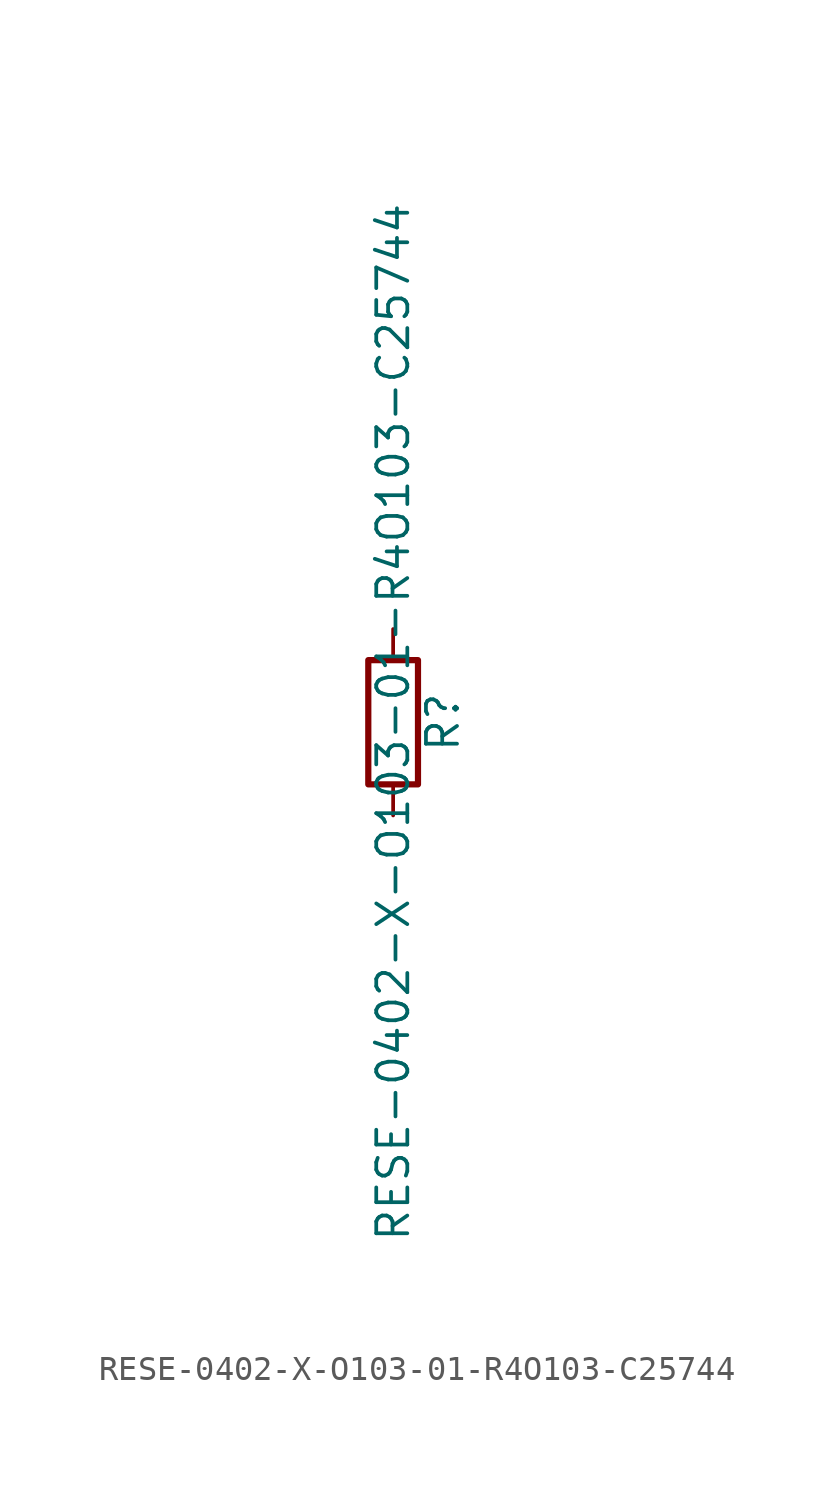
<source format=kicad_sym>
(kicad_symbol_lib
  (version 20211014)
  (generator kicad_symbol_editor)
  (symbol "RESE-0402-X-O103-01-R4O103-C25744"
    (pin_numbers hide)
    (pin_names
      (offset 0))
    (property "Reference" "R"
      (at 2.032 0 90)
      (effects (font (size 1.27 1.27))))
    (property "Value" "RESE-0402-X-O103-01-R4O103-C25744"
      (at 0 0 90)
      (effects (font (size 1.27 1.27))))
    (symbol "RESE-0402-X-O103-01-R4O103-C25744_0_1"
      (rectangle (start -1.016 -2.54) (end 1.016 2.54) (stroke (width 0.254) (type default) (color 0 0 0 0)) (fill (type none))))
    (symbol "RESE-0402-X-O103-01-R4O103-C25744_1_1"
      (pin passive line (at 0 3.81 270) (length 1.27) (name "~" (effects (font (size 1.27 1.27)))) (number "1" (effects (font (size 1.27 1.27)))))
      (pin passive line (at 0 -3.81 90) (length 1.27) (name "~" (effects (font (size 1.27 1.27)))) (number "2" (effects (font (size 1.27 1.27))))))))
</source>
